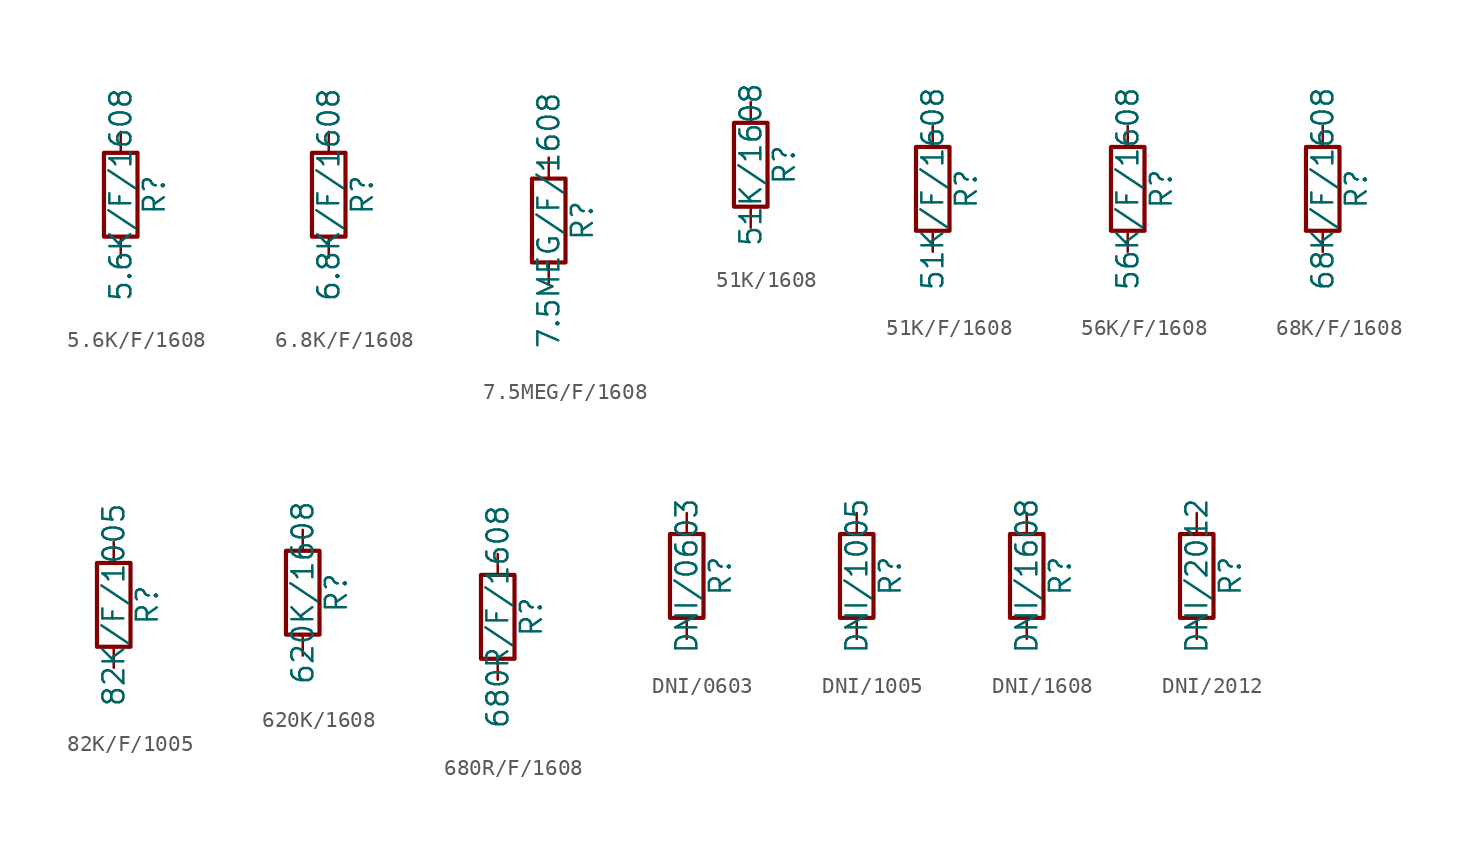
<source format=kicad_sym>
(kicad_symbol_lib
  (version 20220914)
  (generator kicad_symbol_editor)
  (symbol "5.6K/F/1608"
    (pin_numbers hide)
    (pin_names
      (offset 0) hide)
    (property "Reference" "R"
      (at 2.032 0 90)
      (effects (font (size 1.27 1.27))))
    (property "Value" "5.6K/F/1608"
      (at 0 0 90)
      (effects (font (size 1.27 1.27))))
    (symbol "5.6K/F/1608_0_1"
      (rectangle (start -1.016 -2.54) (end 1.016 2.54) (stroke (width 0.254) (type default)) (fill (type none))))
    (symbol "5.6K/F/1608_1_1"
      (pin passive line (at 0 3.81 270) (length 1.27) (name "~" (effects (font (size 1.27 1.27)))) (number "1" (effects (font (size 1.27 1.27)))))
      (pin passive line (at 0 -3.81 90) (length 1.27) (name "~" (effects (font (size 1.27 1.27)))) (number "2" (effects (font (size 1.27 1.27)))))))
  (symbol "6.8K/F/1608"
    (pin_numbers hide)
    (pin_names
      (offset 0) hide)
    (property "Reference" "R"
      (at 2.032 0 90)
      (effects (font (size 1.27 1.27))))
    (property "Value" "6.8K/F/1608"
      (at 0 0 90)
      (effects (font (size 1.27 1.27))))
    (symbol "6.8K/F/1608_0_1"
      (rectangle (start -1.016 -2.54) (end 1.016 2.54) (stroke (width 0.254) (type default)) (fill (type none))))
    (symbol "6.8K/F/1608_1_1"
      (pin passive line (at 0 3.81 270) (length 1.27) (name "~" (effects (font (size 1.27 1.27)))) (number "1" (effects (font (size 1.27 1.27)))))
      (pin passive line (at 0 -3.81 90) (length 1.27) (name "~" (effects (font (size 1.27 1.27)))) (number "2" (effects (font (size 1.27 1.27)))))))
  (symbol "7.5MEG/F/1608"
    (pin_numbers hide)
    (pin_names
      (offset 0) hide)
    (property "Reference" "R"
      (at 2.032 0 90)
      (effects (font (size 1.27 1.27))))
    (property "Value" "7.5MEG/F/1608"
      (at 0 0 90)
      (effects (font (size 1.27 1.27))))
    (symbol "7.5MEG/F/1608_0_1"
      (rectangle (start -1.016 -2.54) (end 1.016 2.54) (stroke (width 0.254) (type default)) (fill (type none))))
    (symbol "7.5MEG/F/1608_1_1"
      (pin passive line (at 0 3.81 270) (length 1.27) (name "~" (effects (font (size 1.27 1.27)))) (number "1" (effects (font (size 1.27 1.27)))))
      (pin passive line (at 0 -3.81 90) (length 1.27) (name "~" (effects (font (size 1.27 1.27)))) (number "2" (effects (font (size 1.27 1.27)))))))
  (symbol "51K/1608"
    (pin_numbers hide)
    (pin_names
      (offset 0) hide)
    (property "Reference" "R"
      (at 2.032 0 90)
      (effects (font (size 1.27 1.27))))
    (property "Value" "51K/1608"
      (at 0 0 90)
      (effects (font (size 1.27 1.27))))
    (symbol "51K/1608_0_1"
      (rectangle (start -1.016 -2.54) (end 1.016 2.54) (stroke (width 0.254) (type default)) (fill (type none))))
    (symbol "51K/1608_1_1"
      (pin passive line (at 0 3.81 270) (length 1.27) (name "~" (effects (font (size 1.27 1.27)))) (number "1" (effects (font (size 1.27 1.27)))))
      (pin passive line (at 0 -3.81 90) (length 1.27) (name "~" (effects (font (size 1.27 1.27)))) (number "2" (effects (font (size 1.27 1.27)))))))
  (symbol "51K/F/1608"
    (pin_numbers hide)
    (pin_names
      (offset 0) hide)
    (property "Reference" "R"
      (at 2.032 0 90)
      (effects (font (size 1.27 1.27))))
    (property "Value" "51K/F/1608"
      (at 0 0 90)
      (effects (font (size 1.27 1.27))))
    (symbol "51K/F/1608_0_1"
      (rectangle (start -1.016 -2.54) (end 1.016 2.54) (stroke (width 0.254) (type default)) (fill (type none))))
    (symbol "51K/F/1608_1_1"
      (pin passive line (at 0 3.81 270) (length 1.27) (name "~" (effects (font (size 1.27 1.27)))) (number "1" (effects (font (size 1.27 1.27)))))
      (pin passive line (at 0 -3.81 90) (length 1.27) (name "~" (effects (font (size 1.27 1.27)))) (number "2" (effects (font (size 1.27 1.27)))))))
  (symbol "56K/F/1608"
    (pin_numbers hide)
    (pin_names
      (offset 0) hide)
    (property "Reference" "R"
      (at 2.032 0 90)
      (effects (font (size 1.27 1.27))))
    (property "Value" "56K/F/1608"
      (at 0 0 90)
      (effects (font (size 1.27 1.27))))
    (symbol "56K/F/1608_0_1"
      (rectangle (start -1.016 -2.54) (end 1.016 2.54) (stroke (width 0.254) (type default)) (fill (type none))))
    (symbol "56K/F/1608_1_1"
      (pin passive line (at 0 3.81 270) (length 1.27) (name "~" (effects (font (size 1.27 1.27)))) (number "1" (effects (font (size 1.27 1.27)))))
      (pin passive line (at 0 -3.81 90) (length 1.27) (name "~" (effects (font (size 1.27 1.27)))) (number "2" (effects (font (size 1.27 1.27)))))))
  (symbol "68K/F/1608"
    (pin_numbers hide)
    (pin_names
      (offset 0) hide)
    (property "Reference" "R"
      (at 2.032 0 90)
      (effects (font (size 1.27 1.27))))
    (property "Value" "68K/F/1608"
      (at 0 0 90)
      (effects (font (size 1.27 1.27))))
    (symbol "68K/F/1608_0_1"
      (rectangle (start -1.016 -2.54) (end 1.016 2.54) (stroke (width 0.254) (type default)) (fill (type none))))
    (symbol "68K/F/1608_1_1"
      (pin passive line (at 0 3.81 270) (length 1.27) (name "~" (effects (font (size 1.27 1.27)))) (number "1" (effects (font (size 1.27 1.27)))))
      (pin passive line (at 0 -3.81 90) (length 1.27) (name "~" (effects (font (size 1.27 1.27)))) (number "2" (effects (font (size 1.27 1.27)))))))
  (symbol "82K/F/1005"
    (pin_numbers hide)
    (pin_names
      (offset 0))
    (property "Reference" "R"
      (at 2.032 0 90)
      (effects (font (size 1.27 1.27))))
    (property "Value" "82K/F/1005"
      (at 0 0 90)
      (effects (font (size 1.27 1.27))))
    (symbol "82K/F/1005_0_1"
      (rectangle (start -1.016 -2.54) (end 1.016 2.54) (stroke (width 0.254) (type default)) (fill (type none))))
    (symbol "82K/F/1005_1_1"
      (pin passive line (at 0 3.81 270) (length 1.27) (name "~" (effects (font (size 1.27 1.27)))) (number "1" (effects (font (size 1.27 1.27)))))
      (pin passive line (at 0 -3.81 90) (length 1.27) (name "~" (effects (font (size 1.27 1.27)))) (number "2" (effects (font (size 1.27 1.27)))))))
  (symbol "620K/1608"
    (pin_numbers hide)
    (pin_names
      (offset 0) hide)
    (property "Reference" "R"
      (at 2.032 0 90)
      (effects (font (size 1.27 1.27))))
    (property "Value" "620K/1608"
      (at 0 0 90)
      (effects (font (size 1.27 1.27))))
    (symbol "620K/1608_0_1"
      (rectangle (start -1.016 -2.54) (end 1.016 2.54) (stroke (width 0.254) (type default)) (fill (type none))))
    (symbol "620K/1608_1_1"
      (pin passive line (at 0 3.81 270) (length 1.27) (name "~" (effects (font (size 1.27 1.27)))) (number "1" (effects (font (size 1.27 1.27)))))
      (pin passive line (at 0 -3.81 90) (length 1.27) (name "~" (effects (font (size 1.27 1.27)))) (number "2" (effects (font (size 1.27 1.27)))))))
  (symbol "680R/F/1608"
    (pin_numbers hide)
    (pin_names
      (offset 0) hide)
    (property "Reference" "R"
      (at 2.032 0 90)
      (effects (font (size 1.27 1.27))))
    (property "Value" "680R/F/1608"
      (at 0 0 90)
      (effects (font (size 1.27 1.27))))
    (symbol "680R/F/1608_0_1"
      (rectangle (start -1.016 -2.54) (end 1.016 2.54) (stroke (width 0.254) (type default)) (fill (type none))))
    (symbol "680R/F/1608_1_1"
      (pin passive line (at 0 3.81 270) (length 1.27) (name "~" (effects (font (size 1.27 1.27)))) (number "1" (effects (font (size 1.27 1.27)))))
      (pin passive line (at 0 -3.81 90) (length 1.27) (name "~" (effects (font (size 1.27 1.27)))) (number "2" (effects (font (size 1.27 1.27)))))))
  (symbol "DNI/0603"
    (pin_numbers hide)
    (pin_names
      (offset 0) hide)
    (property "Reference" "R"
      (at 2.032 0 90)
      (effects (font (size 1.27 1.27))))
    (property "Value" "DNI/0603"
      (at 0 0 90)
      (effects (font (size 1.27 1.27))))
    (symbol "DNI/0603_0_1"
      (rectangle (start -1.016 -2.54) (end 1.016 2.54) (stroke (width 0.254) (type default)) (fill (type none))))
    (symbol "DNI/0603_1_1"
      (pin passive line (at 0 3.81 270) (length 1.27) (name "~" (effects (font (size 1.27 1.27)))) (number "1" (effects (font (size 1.27 1.27)))))
      (pin passive line (at 0 -3.81 90) (length 1.27) (name "~" (effects (font (size 1.27 1.27)))) (number "2" (effects (font (size 1.27 1.27)))))))
  (symbol "DNI/1005"
    (pin_numbers hide)
    (pin_names
      (offset 0) hide)
    (property "Reference" "R"
      (at 2.032 0 90)
      (effects (font (size 1.27 1.27))))
    (property "Value" "DNI/1005"
      (at 0 0 90)
      (effects (font (size 1.27 1.27))))
    (symbol "DNI/1005_0_1"
      (rectangle (start -1.016 -2.54) (end 1.016 2.54) (stroke (width 0.254) (type default)) (fill (type none))))
    (symbol "DNI/1005_1_1"
      (pin passive line (at 0 3.81 270) (length 1.27) (name "~" (effects (font (size 1.27 1.27)))) (number "1" (effects (font (size 1.27 1.27)))))
      (pin passive line (at 0 -3.81 90) (length 1.27) (name "~" (effects (font (size 1.27 1.27)))) (number "2" (effects (font (size 1.27 1.27)))))))
  (symbol "DNI/1608"
    (pin_numbers hide)
    (pin_names
      (offset 0) hide)
    (property "Reference" "R"
      (at 2.032 0 90)
      (effects (font (size 1.27 1.27))))
    (property "Value" "DNI/1608"
      (at 0 0 90)
      (effects (font (size 1.27 1.27))))
    (symbol "DNI/1608_0_1"
      (rectangle (start -1.016 -2.54) (end 1.016 2.54) (stroke (width 0.254) (type default)) (fill (type none))))
    (symbol "DNI/1608_1_1"
      (pin passive line (at 0 3.81 270) (length 1.27) (name "~" (effects (font (size 1.27 1.27)))) (number "1" (effects (font (size 1.27 1.27)))))
      (pin passive line (at 0 -3.81 90) (length 1.27) (name "~" (effects (font (size 1.27 1.27)))) (number "2" (effects (font (size 1.27 1.27)))))))
  (symbol "DNI/2012"
    (pin_numbers hide)
    (pin_names
      (offset 0) hide)
    (property "Reference" "R"
      (at 2.032 0 90)
      (effects (font (size 1.27 1.27))))
    (property "Value" "DNI/2012"
      (at 0 0 90)
      (effects (font (size 1.27 1.27))))
    (symbol "DNI/2012_0_1"
      (rectangle (start -1.016 -2.54) (end 1.016 2.54) (stroke (width 0.254) (type default)) (fill (type none))))
    (symbol "DNI/2012_1_1"
      (pin passive line (at 0 3.81 270) (length 1.27) (name "~" (effects (font (size 1.27 1.27)))) (number "1" (effects (font (size 1.27 1.27)))))
      (pin passive line (at 0 -3.81 90) (length 1.27) (name "~" (effects (font (size 1.27 1.27)))) (number "2" (effects (font (size 1.27 1.27))))))))
</source>
